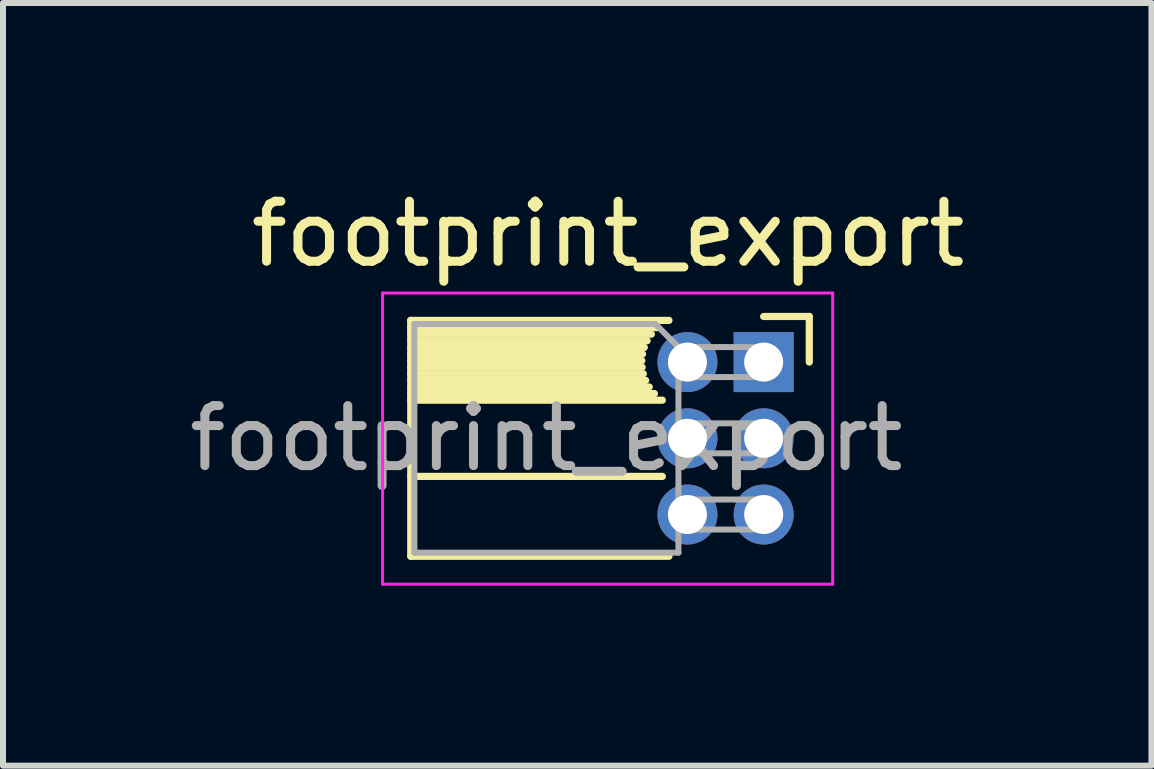
<source format=kicad_pcb>
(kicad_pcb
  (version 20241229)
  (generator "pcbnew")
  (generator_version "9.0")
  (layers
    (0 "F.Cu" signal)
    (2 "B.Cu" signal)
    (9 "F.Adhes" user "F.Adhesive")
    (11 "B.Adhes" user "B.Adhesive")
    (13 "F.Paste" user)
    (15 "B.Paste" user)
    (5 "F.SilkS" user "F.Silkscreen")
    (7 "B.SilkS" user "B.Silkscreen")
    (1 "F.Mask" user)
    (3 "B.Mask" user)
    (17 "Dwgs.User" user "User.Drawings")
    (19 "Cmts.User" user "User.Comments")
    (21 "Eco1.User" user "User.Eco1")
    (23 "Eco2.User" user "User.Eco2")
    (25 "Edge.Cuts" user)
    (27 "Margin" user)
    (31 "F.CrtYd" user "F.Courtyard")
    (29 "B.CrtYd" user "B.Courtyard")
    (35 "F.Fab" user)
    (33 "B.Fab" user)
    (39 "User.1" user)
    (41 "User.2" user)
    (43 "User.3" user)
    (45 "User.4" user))
  (footprint "footprint_export"
    (layer "F.Cu")
    (at 9.674 2.983)
    (property "Reference" "footprint_export" (at -2.592 -2.135 0) (layer "F.SilkS") (effects (font (size 1 1) (thickness 0.15))))
    (attr through_hole)
    (fp_line (start -5.88 -0.695) (end -5.88 3.235) (stroke (width 0.12) (type solid)) (layer "F.SilkS"))
    (fp_line (start -5.88 -0.695) (end -1.578 -0.695) (stroke (width 0.12) (type solid)) (layer "F.SilkS"))
    (fp_line (start -5.88 -0.575) (end -1.767 -0.575) (stroke (width 0.12) (type solid)) (layer "F.SilkS"))
    (fp_line (start -5.88 -0.465) (end -1.871 -0.465) (stroke (width 0.12) (type solid)) (layer "F.SilkS"))
    (fp_line (start -5.88 -0.355) (end -1.942 -0.355) (stroke (width 0.12) (type solid)) (layer "F.SilkS"))
    (fp_line (start -5.88 -0.245) (end -1.989 -0.245) (stroke (width 0.12) (type solid)) (layer "F.SilkS"))
    (fp_line (start -5.88 -0.135) (end -2.018 -0.135) (stroke (width 0.12) (type solid)) (layer "F.SilkS"))
    (fp_line (start -5.88 -0.025) (end -2.03 -0.025) (stroke (width 0.12) (type solid)) (layer "F.SilkS"))
    (fp_line (start -5.88 0.085) (end -2.025 0.085) (stroke (width 0.12) (type solid)) (layer "F.SilkS"))
    (fp_line (start -5.88 0.195) (end -2.005 0.195) (stroke (width 0.12) (type solid)) (layer "F.SilkS"))
    (fp_line (start -5.88 0.305) (end -1.966 0.305) (stroke (width 0.12) (type solid)) (layer "F.SilkS"))
    (fp_line (start -5.88 0.415) (end -1.907 0.415) (stroke (width 0.12) (type solid)) (layer "F.SilkS"))
    (fp_line (start -5.88 0.525) (end -1.82 0.525) (stroke (width 0.12) (type solid)) (layer "F.SilkS"))
    (fp_line (start -5.88 0.635) (end -1.688 0.635) (stroke (width 0.12) (type solid)) (layer "F.SilkS"))
    (fp_line (start -5.88 1.905) (end -1.688 1.905) (stroke (width 0.12) (type solid)) (layer "F.SilkS"))
    (fp_line (start -5.88 3.235) (end -1.578 3.235) (stroke (width 0.12) (type solid)) (layer "F.SilkS"))
    (fp_line (start 0 -0.76) (end 0.76 -0.76) (stroke (width 0.12) (type solid)) (layer "F.SilkS"))
    (fp_line (start 0.76 -0.76) (end 0.76 0) (stroke (width 0.12) (type solid)) (layer "F.SilkS"))
    (fp_line (start -6.35 -1.15) (end -6.35 3.7) (stroke (width 0.05) (type solid)) (layer "F.CrtYd"))
    (fp_line (start -6.35 3.7) (end 1.15 3.7) (stroke (width 0.05) (type solid)) (layer "F.CrtYd"))
    (fp_line (start 1.15 -1.15) (end -6.35 -1.15) (stroke (width 0.05) (type solid)) (layer "F.CrtYd"))
    (fp_line (start 1.15 3.7) (end 1.15 -1.15) (stroke (width 0.05) (type solid)) (layer "F.CrtYd"))
    (fp_line (start -5.82 -0.635) (end -1.805 -0.635) (stroke (width 0.1) (type solid)) (layer "F.Fab"))
    (fp_line (start -5.82 3.175) (end -5.82 -0.635) (stroke (width 0.1) (type solid)) (layer "F.Fab"))
    (fp_line (start -1.805 -0.635) (end -1.42 -0.25) (stroke (width 0.1) (type solid)) (layer "F.Fab"))
    (fp_line (start -1.42 -0.25) (end -1.42 3.175) (stroke (width 0.1) (type solid)) (layer "F.Fab"))
    (fp_line (start -1.42 0.25) (end 0 0.25) (stroke (width 0.1) (type solid)) (layer "F.Fab"))
    (fp_line (start -1.42 1.52) (end 0 1.52) (stroke (width 0.1) (type solid)) (layer "F.Fab"))
    (fp_line (start -1.42 2.79) (end 0 2.79) (stroke (width 0.1) (type solid)) (layer "F.Fab"))
    (fp_line (start -1.42 3.175) (end -5.82 3.175) (stroke (width 0.1) (type solid)) (layer "F.Fab"))
    (fp_line (start 0 -0.25) (end -1.42 -0.25) (stroke (width 0.1) (type solid)) (layer "F.Fab"))
    (fp_line (start 0 0.25) (end 0 -0.25) (stroke (width 0.1) (type solid)) (layer "F.Fab"))
    (fp_line (start 0 1.02) (end -1.42 1.02) (stroke (width 0.1) (type solid)) (layer "F.Fab"))
    (fp_line (start 0 1.52) (end 0 1.02) (stroke (width 0.1) (type solid)) (layer "F.Fab"))
    (fp_line (start 0 2.29) (end -1.42 2.29) (stroke (width 0.1) (type solid)) (layer "F.Fab"))
    (fp_line (start 0 2.79) (end 0 2.29) (stroke (width 0.1) (type solid)) (layer "F.Fab"))
    (fp_text user "${REFERENCE}" (at -3.62 1.27 0) (layer "F.Fab") (effects (font (size 1 1) (thickness 0.15))))
    (pad "1" thru_hole rect (at 0 0) (size 1 1) (drill 0.65) (layers "*.Cu" "*.Mask"))
    (pad "2" thru_hole oval (at -1.27 0) (size 1 1) (drill 0.65) (layers "*.Cu" "*.Mask"))
    (pad "3" thru_hole oval (at 0 1.27) (size 1 1) (drill 0.65) (layers "*.Cu" "*.Mask"))
    (pad "4" thru_hole oval (at -1.27 1.27) (size 1 1) (drill 0.65) (layers "*.Cu" "*.Mask"))
    (pad "5" thru_hole oval (at 0 2.54) (size 1 1) (drill 0.65) (layers "*.Cu" "*.Mask"))
    (pad "6" thru_hole oval (at -1.27 2.54) (size 1 1) (drill 0.65) (layers "*.Cu" "*.Mask")))
  (gr_rect
    (start -3 -3)
    (end 16.135 9.708)
    (stroke (width 0.1) (type default))
    (fill no)
    (layer "Edge.Cuts")))
</source>
